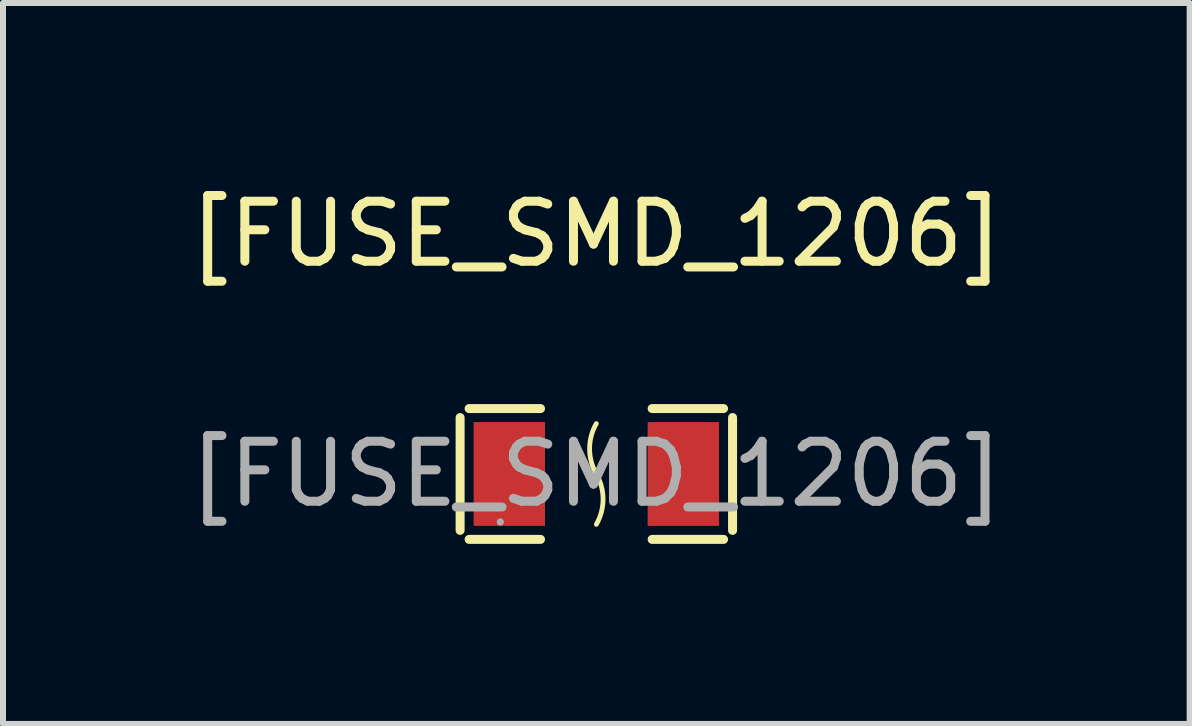
<source format=kicad_pcb>
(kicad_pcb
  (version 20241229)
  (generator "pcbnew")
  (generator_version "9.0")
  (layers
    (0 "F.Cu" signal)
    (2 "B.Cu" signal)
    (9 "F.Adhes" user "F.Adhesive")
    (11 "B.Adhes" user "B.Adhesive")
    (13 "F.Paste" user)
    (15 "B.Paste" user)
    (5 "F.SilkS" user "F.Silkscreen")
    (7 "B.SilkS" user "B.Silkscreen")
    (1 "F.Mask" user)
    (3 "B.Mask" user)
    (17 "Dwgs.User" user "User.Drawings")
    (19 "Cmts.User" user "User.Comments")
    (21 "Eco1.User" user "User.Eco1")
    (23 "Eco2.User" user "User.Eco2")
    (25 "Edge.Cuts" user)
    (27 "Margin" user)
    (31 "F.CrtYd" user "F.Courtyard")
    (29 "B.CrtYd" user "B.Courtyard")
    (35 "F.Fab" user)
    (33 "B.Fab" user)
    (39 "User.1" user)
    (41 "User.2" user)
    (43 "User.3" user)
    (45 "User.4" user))
  (footprint "[FUSE_SMD_1206]"
    (layer "F.Cu")
    (at 6.887 4.848)
    (property "Reference" "[FUSE_SMD_1206]" (at 0 -4 0) (layer "F.SilkS") (effects (font (size 1 1) (thickness 0.15))))
    (attr smd)
    (fp_line (start -2.27 -0.94) (end -2.27 0.94) (stroke (width 0.15) (type solid)) (layer "F.SilkS"))
    (fp_line (start -2.12 1.09) (end -0.93 1.09) (stroke (width 0.15) (type solid)) (layer "F.SilkS"))
    (fp_line (start -0.93 -1.09) (end -2.12 -1.09) (stroke (width 0.15) (type solid)) (layer "F.SilkS"))
    (fp_line (start 0.93 -1.09) (end 2.12 -1.09) (stroke (width 0.15) (type solid)) (layer "F.SilkS"))
    (fp_line (start 2.12 1.09) (end 0.93 1.09) (stroke (width 0.15) (type solid)) (layer "F.SilkS"))
    (fp_line (start 2.27 -0.94) (end 2.27 0.94) (stroke (width 0.15) (type solid)) (layer "F.SilkS"))
    (fp_arc (start -0.001269 -0.002199) (mid 0.112199 0.418731) (end 0 0.84) (stroke (width 0.08) (type solid)) (layer "F.SilkS"))
    (fp_arc (start 0.001269 0.002199) (mid -0.112199 -0.418731) (end 0 -0.84) (stroke (width 0.08) (type solid)) (layer "F.SilkS"))
    (fp_circle (center -1.6 0.8) (end -1.57 0.8) (stroke (width 0.06) (type solid)) (fill no) (layer "F.Fab"))
    (fp_text user "${REFERENCE}" (at 0 0 0) (layer "F.Fab") (effects (font (size 1 1) (thickness 0.15))))
    (pad "1" smd rect (at -1.45 0) (size 1.19 1.73) (layers "F.Cu" "F.Mask" "F.Paste"))
    (pad "2" smd rect (at 1.45 0) (size 1.19 1.73) (layers "F.Cu" "F.Mask" "F.Paste")))
  (gr_rect
    (start -3 -3)
    (end 16.774 9.013)
    (stroke (width 0.1) (type default))
    (fill no)
    (layer "Edge.Cuts")))
</source>
